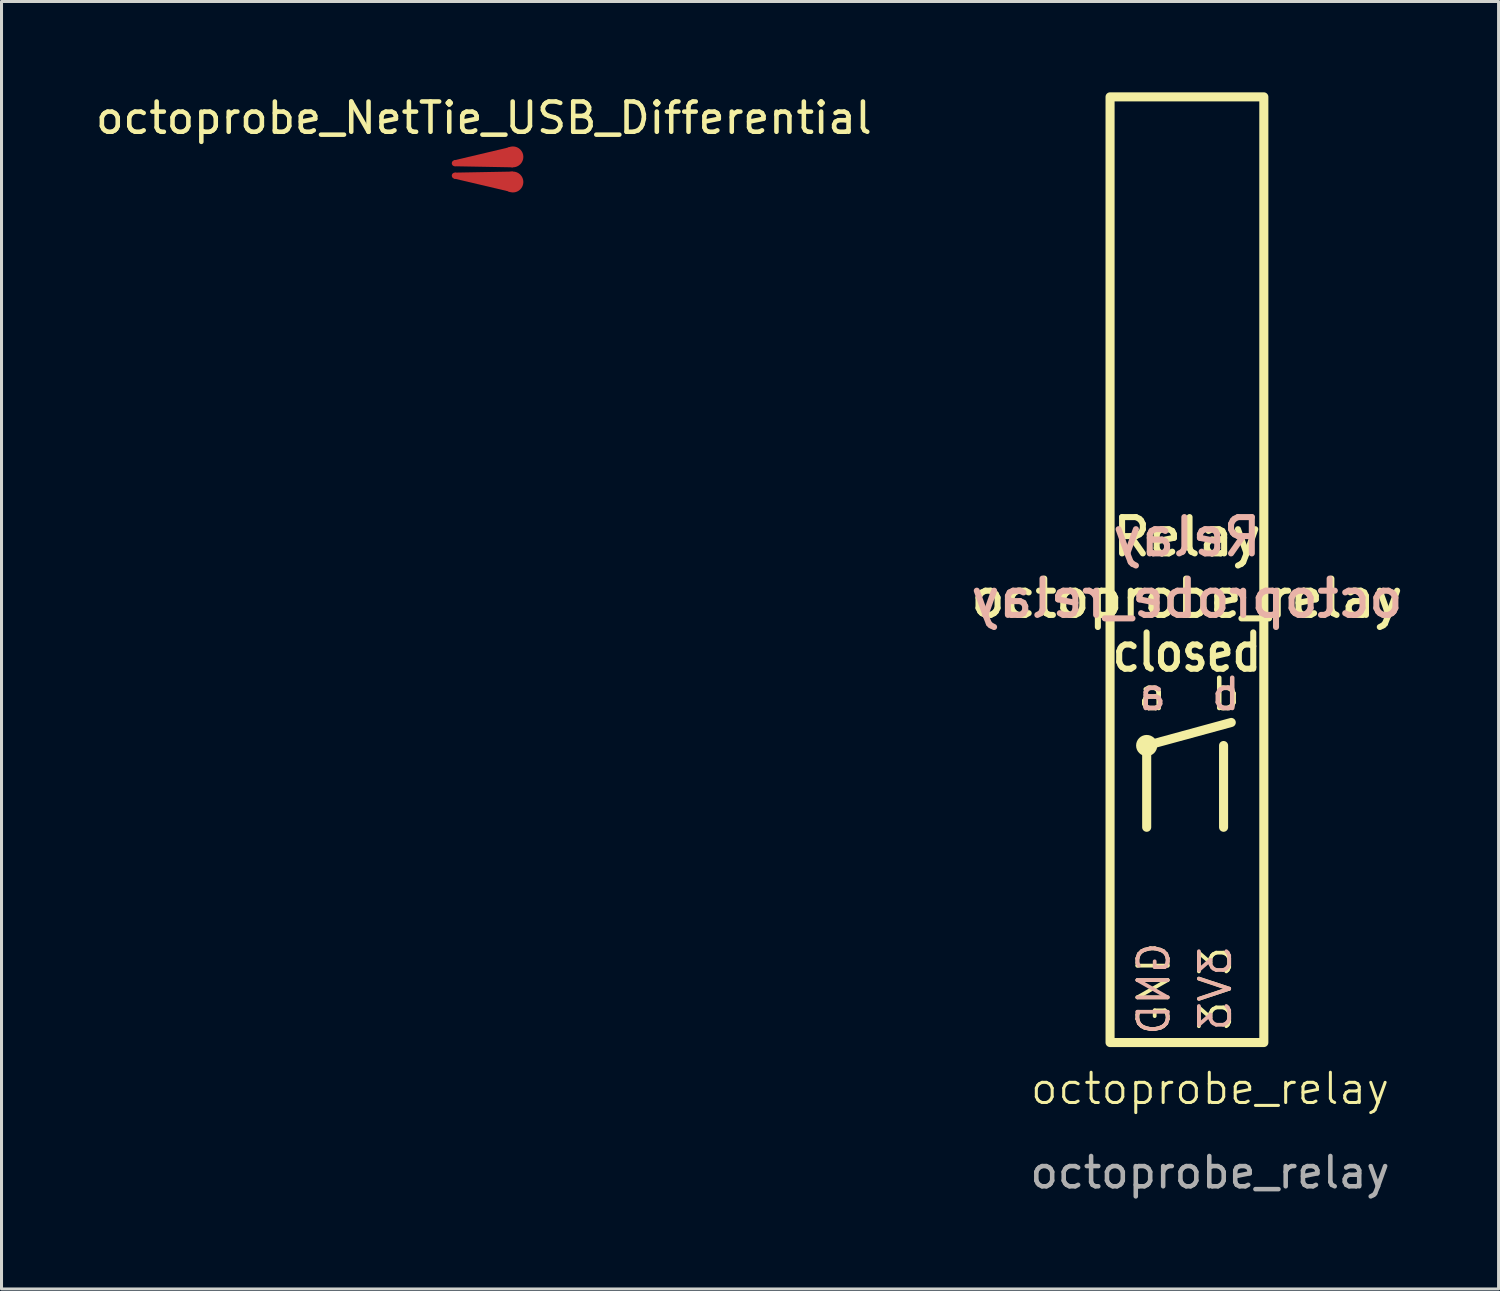
<source format=kicad_pcb>
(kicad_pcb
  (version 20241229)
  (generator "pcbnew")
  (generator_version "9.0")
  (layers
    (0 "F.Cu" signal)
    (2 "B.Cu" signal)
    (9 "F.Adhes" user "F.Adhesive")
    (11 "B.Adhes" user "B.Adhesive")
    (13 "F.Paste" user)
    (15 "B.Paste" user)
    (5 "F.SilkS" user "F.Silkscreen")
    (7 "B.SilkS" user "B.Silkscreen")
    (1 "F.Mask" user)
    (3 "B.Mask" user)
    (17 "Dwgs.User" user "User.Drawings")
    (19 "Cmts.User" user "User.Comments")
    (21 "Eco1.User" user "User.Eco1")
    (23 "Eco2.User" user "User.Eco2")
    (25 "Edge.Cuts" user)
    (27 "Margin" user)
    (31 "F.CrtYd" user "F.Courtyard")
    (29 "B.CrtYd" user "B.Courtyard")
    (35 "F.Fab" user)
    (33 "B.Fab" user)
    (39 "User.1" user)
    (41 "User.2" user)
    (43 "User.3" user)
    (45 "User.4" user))
  (footprint "octoprobe_NetTie_USB_Differential"
    (layer "F.Cu")
    (at 12.935 2.548)
    (property "Reference" "octoprobe_NetTie_USB_Differential" (at 0 -1.7 0) (layer "F.SilkS") (effects (font (size 1 1) (thickness 0.15))))
    (attr exclude_from_pos_files exclude_from_bom allow_missing_courtyard)
    (fp_poly (pts (xy -0.99 -0.3) (xy 0.87 -0.74) (xy 0.96 -0.07) (xy -0.96 -0.105)) (stroke (width 0) (type solid)) (fill yes) (layer "F.Cu"))
    (fp_poly (pts (xy -0.96 0.105) (xy 0.96 0.07) (xy 0.88 0.74) (xy -0.99 0.3)) (stroke (width 0) (type solid)) (fill yes) (layer "F.Cu"))
    (pad "1" smd circle (at -0.96 -0.205) (size 0.2 0.2) (layers "F.Cu"))
    (pad "2" smd circle (at 0.96 -0.415) (size 0.69 0.69) (layers "F.Cu"))
    (pad "3" smd circle (at -0.96 0.205) (size 0.2 0.2) (layers "F.Cu"))
    (pad "4" smd circle (at 0.96 0.415) (size 0.69 0.69) (layers "F.Cu")))
  (footprint "octoprobe_relay"
    (layer "F.Cu")
    (at 33.623 31.392)
    (property "Reference" "octoprobe_relay" (at 3.302 1.524 0) (unlocked yes) (layer "F.SilkS") (effects (font (size 1 1) (thickness 0.1))))
    (property "Value" "octoprobe_relay" (at 3.302 2.794 0) (unlocked yes) (layer "F.Fab") (hide yes) (effects (font (size 1 1) (thickness 0.15))))
    (attr exclude_from_bom allow_missing_courtyard)
    (fp_line (start 1.21 -9.812) (end 1.21 -7.112) (stroke (width 0.3) (type default)) (layer "F.SilkS"))
    (fp_line (start 1.21 -9.812) (end 4.004 -10.574) (stroke (width 0.3) (type default)) (layer "F.SilkS"))
    (fp_line (start 3.75 -9.812) (end 3.75 -7.112) (stroke (width 0.3) (type default)) (layer "F.SilkS"))
    (fp_rect (start 0 -31.242) (end 5.08 0) (stroke (width 0.3) (type default)) (fill no) (layer "F.SilkS"))
    (fp_circle (center 1.21 -9.812) (end 1.41 -9.812) (stroke (width 0.3) (type default)) (fill no) (layer "F.SilkS"))
    (fp_text user "3V3" (at 4.064 -1.778 90) (unlocked yes) (layer "F.SilkS") (effects (font (size 1 1) (thickness 0.125)) (justify bottom)))
    (fp_text user "Relay" (at 2.54 -16.002 0) (unlocked yes) (layer "F.SilkS") (effects (font (size 1.2 1.2) (thickness 0.2) (bold yes)) (justify bottom)))
    (fp_text user "${VALUE}" (at 2.54 -13.97 0) (unlocked yes) (layer "F.SilkS") (effects (font (size 1.2 1.2) (thickness 0.2) (bold yes)) (justify bottom)))
    (fp_text user "GND" (at 2.032 -1.778 90) (unlocked yes) (layer "F.SilkS") (effects (font (size 1 1) (thickness 0.125)) (justify bottom)))
    (fp_text user "closed" (at 2.54 -12.192 0) (unlocked yes) (layer "F.SilkS") (effects (font (size 1.2 1) (thickness 0.2) (bold yes)) (justify bottom)))
    (fp_text user "a  b" (at 2.607 -10.922 0) (unlocked yes) (layer "F.SilkS") (effects (font (size 1 1) (thickness 0.15)) (justify bottom)))
    (fp_text user "b  a" (at 2.607 -10.922 0) (unlocked yes) (layer "B.SilkS") (effects (font (size 1 1) (thickness 0.15)) (justify bottom mirror)))
    (fp_text user "3V3" (at 4.064 -1.778 90) (unlocked yes) (layer "B.SilkS") (effects (font (size 1 1) (thickness 0.125)) (justify bottom mirror)))
    (fp_text user "GND" (at 2.032 -1.778 90) (unlocked yes) (layer "B.SilkS") (effects (font (size 1 1) (thickness 0.125)) (justify bottom mirror)))
    (fp_text user "${VALUE}" (at 2.54 -13.97 0) (unlocked yes) (layer "B.SilkS") (effects (font (size 1.2 1.2) (thickness 0.2) (bold yes)) (justify bottom mirror)))
    (fp_text user "Relay" (at 2.54 -16.002 0) (unlocked yes) (layer "B.SilkS") (effects (font (size 1.2 1.2) (thickness 0.2) (bold yes)) (justify bottom mirror)))
    (fp_text user "${REFERENCE}" (at 3.302 4.294 0) (unlocked yes) (layer "F.Fab") (effects (font (size 1 1) (thickness 0.15)))))
  (gr_rect
    (start -3 -3)
    (end 46.458 39.534)
    (stroke (width 0.1) (type default))
    (fill no)
    (layer "Edge.Cuts")))
</source>
